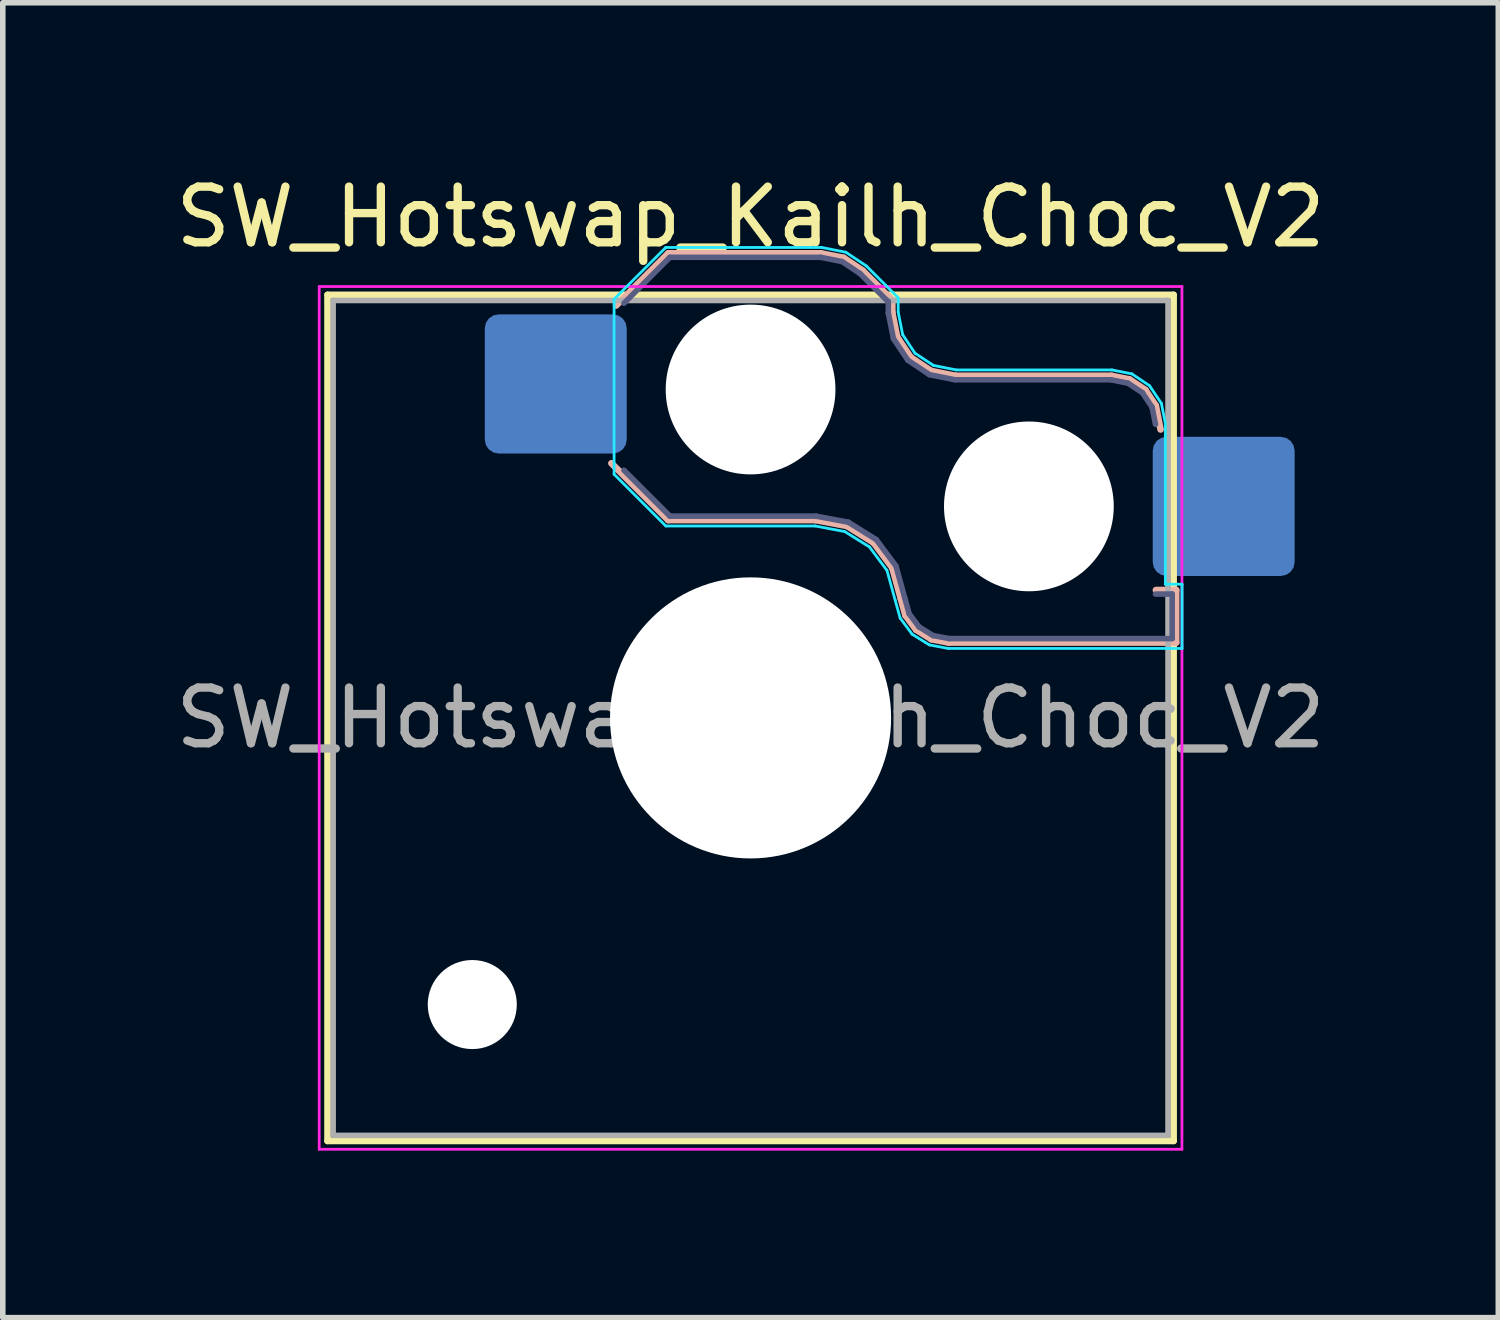
<source format=kicad_pcb>
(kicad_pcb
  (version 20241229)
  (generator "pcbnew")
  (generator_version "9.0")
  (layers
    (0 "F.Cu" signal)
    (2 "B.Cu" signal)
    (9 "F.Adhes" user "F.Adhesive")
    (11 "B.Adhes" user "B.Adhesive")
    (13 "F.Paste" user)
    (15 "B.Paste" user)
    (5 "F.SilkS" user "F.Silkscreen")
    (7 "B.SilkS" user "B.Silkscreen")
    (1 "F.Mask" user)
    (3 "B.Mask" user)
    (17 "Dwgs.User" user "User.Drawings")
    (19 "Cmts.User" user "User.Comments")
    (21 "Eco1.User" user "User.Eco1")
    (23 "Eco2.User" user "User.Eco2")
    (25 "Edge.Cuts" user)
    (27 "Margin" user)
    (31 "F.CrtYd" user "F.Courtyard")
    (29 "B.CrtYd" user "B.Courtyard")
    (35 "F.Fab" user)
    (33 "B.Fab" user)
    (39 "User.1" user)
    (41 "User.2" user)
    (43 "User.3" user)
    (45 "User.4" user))
  (footprint "SW_Hotswap_Kailh_Choc_V2"
    (layer "F.Cu")
    (at 10.435 9.848)
    (property "Reference" "SW_Hotswap_Kailh_Choc_V2" (at 0 -9 0) (layer "F.SilkS") (effects (font (size 1 1) (thickness 0.15))))
    (attr smd)
    (fp_line (start -7.6 -7.6) (end -7.6 7.6) (stroke (width 0.12) (type solid)) (layer "F.SilkS"))
    (fp_line (start -7.6 7.6) (end 7.6 7.6) (stroke (width 0.12) (type solid)) (layer "F.SilkS"))
    (fp_line (start 7.6 -7.6) (end -7.6 -7.6) (stroke (width 0.12) (type solid)) (layer "F.SilkS"))
    (fp_line (start 7.6 7.6) (end 7.6 -7.6) (stroke (width 0.12) (type solid)) (layer "F.SilkS"))
    (fp_line (start -2.416 -7.409) (end -1.479 -8.346) (stroke (width 0.12) (type solid)) (layer "B.SilkS"))
    (fp_line (start -1.479 -8.346) (end 1.268 -8.346) (stroke (width 0.12) (type solid)) (layer "B.SilkS"))
    (fp_line (start -1.479 -3.554) (end -2.5 -4.575) (stroke (width 0.12) (type solid)) (layer "B.SilkS"))
    (fp_line (start 1.168 -3.554) (end -1.479 -3.554) (stroke (width 0.12) (type solid)) (layer "B.SilkS"))
    (fp_line (start 1.268 -8.346) (end 1.671 -8.266) (stroke (width 0.12) (type solid)) (layer "B.SilkS"))
    (fp_line (start 1.671 -8.266) (end 2.013 -8.037) (stroke (width 0.12) (type solid)) (layer "B.SilkS"))
    (fp_line (start 1.73 -3.449) (end 1.168 -3.554) (stroke (width 0.12) (type solid)) (layer "B.SilkS"))
    (fp_line (start 2.013 -8.037) (end 2.546 -7.504) (stroke (width 0.12) (type solid)) (layer "B.SilkS"))
    (fp_line (start 2.209 -3.15) (end 1.73 -3.449) (stroke (width 0.12) (type solid)) (layer "B.SilkS"))
    (fp_line (start 2.546 -7.504) (end 2.546 -7.282) (stroke (width 0.12) (type solid)) (layer "B.SilkS"))
    (fp_line (start 2.546 -7.282) (end 2.633 -6.844) (stroke (width 0.12) (type solid)) (layer "B.SilkS"))
    (fp_line (start 2.547 -2.697) (end 2.209 -3.15) (stroke (width 0.12) (type solid)) (layer "B.SilkS"))
    (fp_line (start 2.633 -6.844) (end 2.877 -6.477) (stroke (width 0.12) (type solid)) (layer "B.SilkS"))
    (fp_line (start 2.701 -2.139) (end 2.547 -2.697) (stroke (width 0.12) (type solid)) (layer "B.SilkS"))
    (fp_line (start 2.783 -1.841) (end 2.701 -2.139) (stroke (width 0.12) (type solid)) (layer "B.SilkS"))
    (fp_line (start 2.877 -6.477) (end 3.244 -6.233) (stroke (width 0.12) (type solid)) (layer "B.SilkS"))
    (fp_line (start 2.976 -1.583) (end 2.783 -1.841) (stroke (width 0.12) (type solid)) (layer "B.SilkS"))
    (fp_line (start 3.244 -6.233) (end 3.682 -6.146) (stroke (width 0.12) (type solid)) (layer "B.SilkS"))
    (fp_line (start 3.25 -1.413) (end 2.976 -1.583) (stroke (width 0.12) (type solid)) (layer "B.SilkS"))
    (fp_line (start 3.56 -1.354) (end 3.25 -1.413) (stroke (width 0.12) (type solid)) (layer "B.SilkS"))
    (fp_line (start 3.682 -6.146) (end 6.482 -6.146) (stroke (width 0.12) (type solid)) (layer "B.SilkS"))
    (fp_line (start 6.482 -6.146) (end 6.809 -6.081) (stroke (width 0.12) (type solid)) (layer "B.SilkS"))
    (fp_line (start 6.809 -6.081) (end 7.092 -5.892) (stroke (width 0.12) (type solid)) (layer "B.SilkS"))
    (fp_line (start 7.092 -5.892) (end 7.281 -5.609) (stroke (width 0.12) (type solid)) (layer "B.SilkS"))
    (fp_line (start 7.281 -5.609) (end 7.366 -5.182) (stroke (width 0.12) (type solid)) (layer "B.SilkS"))
    (fp_line (start 7.283 -2.296) (end 7.646 -2.296) (stroke (width 0.12) (type solid)) (layer "B.SilkS"))
    (fp_line (start 7.646 -2.296) (end 7.646 -1.354) (stroke (width 0.12) (type solid)) (layer "B.SilkS"))
    (fp_line (start 7.646 -1.354) (end 3.56 -1.354) (stroke (width 0.12) (type solid)) (layer "B.SilkS"))
    (fp_line (start -7.25 -7.25) (end -7.25 7.25) (stroke (width 0.1) (type solid)) (layer "Eco1.User"))
    (fp_line (start -7.25 7.25) (end 7.25 7.25) (stroke (width 0.1) (type solid)) (layer "Eco1.User"))
    (fp_line (start 7.25 -7.25) (end -7.25 -7.25) (stroke (width 0.1) (type solid)) (layer "Eco1.User"))
    (fp_line (start 7.25 7.25) (end 7.25 -7.25) (stroke (width 0.1) (type solid)) (layer "Eco1.User"))
    (fp_line (start -2.452 -7.523) (end -1.523 -8.452) (stroke (width 0.05) (type solid)) (layer "B.CrtYd"))
    (fp_line (start -2.452 -4.377) (end -2.452 -7.523) (stroke (width 0.05) (type solid)) (layer "B.CrtYd"))
    (fp_line (start -1.523 -8.452) (end 1.278 -8.452) (stroke (width 0.05) (type solid)) (layer "B.CrtYd"))
    (fp_line (start -1.523 -3.448) (end -2.452 -4.377) (stroke (width 0.05) (type solid)) (layer "B.CrtYd"))
    (fp_line (start 1.159 -3.448) (end -1.523 -3.448) (stroke (width 0.05) (type solid)) (layer "B.CrtYd"))
    (fp_line (start 1.278 -8.452) (end 1.712 -8.366) (stroke (width 0.05) (type solid)) (layer "B.CrtYd"))
    (fp_line (start 1.691 -3.348) (end 1.159 -3.448) (stroke (width 0.05) (type solid)) (layer "B.CrtYd"))
    (fp_line (start 1.712 -8.366) (end 2.081 -8.119) (stroke (width 0.05) (type solid)) (layer "B.CrtYd"))
    (fp_line (start 2.081 -8.119) (end 2.652 -7.548) (stroke (width 0.05) (type solid)) (layer "B.CrtYd"))
    (fp_line (start 2.136 -3.071) (end 1.691 -3.348) (stroke (width 0.05) (type solid)) (layer "B.CrtYd"))
    (fp_line (start 2.45 -2.65) (end 2.136 -3.071) (stroke (width 0.05) (type solid)) (layer "B.CrtYd"))
    (fp_line (start 2.599 -2.111) (end 2.45 -2.65) (stroke (width 0.05) (type solid)) (layer "B.CrtYd"))
    (fp_line (start 2.652 -7.548) (end 2.652 -7.292) (stroke (width 0.05) (type solid)) (layer "B.CrtYd"))
    (fp_line (start 2.652 -7.292) (end 2.733 -6.885) (stroke (width 0.05) (type solid)) (layer "B.CrtYd"))
    (fp_line (start 2.687 -1.794) (end 2.599 -2.111) (stroke (width 0.05) (type solid)) (layer "B.CrtYd"))
    (fp_line (start 2.733 -6.885) (end 2.953 -6.553) (stroke (width 0.05) (type solid)) (layer "B.CrtYd"))
    (fp_line (start 2.903 -1.503) (end 2.687 -1.794) (stroke (width 0.05) (type solid)) (layer "B.CrtYd"))
    (fp_line (start 2.953 -6.553) (end 3.285 -6.333) (stroke (width 0.05) (type solid)) (layer "B.CrtYd"))
    (fp_line (start 3.211 -1.312) (end 2.903 -1.503) (stroke (width 0.05) (type solid)) (layer "B.CrtYd"))
    (fp_line (start 3.285 -6.333) (end 3.692 -6.252) (stroke (width 0.05) (type solid)) (layer "B.CrtYd"))
    (fp_line (start 3.55 -1.248) (end 3.211 -1.312) (stroke (width 0.05) (type solid)) (layer "B.CrtYd"))
    (fp_line (start 3.692 -6.252) (end 6.492 -6.252) (stroke (width 0.05) (type solid)) (layer "B.CrtYd"))
    (fp_line (start 6.492 -6.252) (end 6.85 -6.181) (stroke (width 0.05) (type solid)) (layer "B.CrtYd"))
    (fp_line (start 6.85 -6.181) (end 7.168 -5.968) (stroke (width 0.05) (type solid)) (layer "B.CrtYd"))
    (fp_line (start 7.168 -5.968) (end 7.381 -5.65) (stroke (width 0.05) (type solid)) (layer "B.CrtYd"))
    (fp_line (start 7.381 -5.65) (end 7.452 -5.292) (stroke (width 0.05) (type solid)) (layer "B.CrtYd"))
    (fp_line (start 7.452 -5.292) (end 7.452 -2.402) (stroke (width 0.05) (type solid)) (layer "B.CrtYd"))
    (fp_line (start 7.452 -2.402) (end 7.752 -2.402) (stroke (width 0.05) (type solid)) (layer "B.CrtYd"))
    (fp_line (start 7.752 -2.402) (end 7.752 -1.248) (stroke (width 0.05) (type solid)) (layer "B.CrtYd"))
    (fp_line (start 7.752 -1.248) (end 3.55 -1.248) (stroke (width 0.05) (type solid)) (layer "B.CrtYd"))
    (fp_line (start -7.75 -7.75) (end -7.75 7.75) (stroke (width 0.05) (type solid)) (layer "F.CrtYd"))
    (fp_line (start -7.75 7.75) (end 7.75 7.75) (stroke (width 0.05) (type solid)) (layer "F.CrtYd"))
    (fp_line (start 7.75 -7.75) (end -7.75 -7.75) (stroke (width 0.05) (type solid)) (layer "F.CrtYd"))
    (fp_line (start 7.75 7.75) (end 7.75 -7.75) (stroke (width 0.05) (type solid)) (layer "F.CrtYd"))
    (fp_line (start -2.275 -7.45) (end -1.45 -8.275) (stroke (width 0.1) (type solid)) (layer "B.Fab"))
    (fp_line (start -1.45 -8.275) (end 1.261 -8.275) (stroke (width 0.1) (type solid)) (layer "B.Fab"))
    (fp_line (start -1.45 -3.625) (end -2.275 -4.45) (stroke (width 0.1) (type solid)) (layer "B.Fab"))
    (fp_line (start 1.175 -3.625) (end -1.45 -3.625) (stroke (width 0.1) (type solid)) (layer "B.Fab"))
    (fp_line (start 1.261 -8.275) (end 1.643 -8.199) (stroke (width 0.1) (type solid)) (layer "B.Fab"))
    (fp_line (start 1.643 -8.199) (end 1.968 -7.982) (stroke (width 0.1) (type solid)) (layer "B.Fab"))
    (fp_line (start 1.756 -3.516) (end 1.175 -3.625) (stroke (width 0.1) (type solid)) (layer "B.Fab"))
    (fp_line (start 1.968 -7.982) (end 2.475 -7.475) (stroke (width 0.1) (type solid)) (layer "B.Fab"))
    (fp_line (start 2.258 -3.203) (end 1.756 -3.516) (stroke (width 0.1) (type solid)) (layer "B.Fab"))
    (fp_line (start 2.475 -7.475) (end 2.475 -7.275) (stroke (width 0.1) (type solid)) (layer "B.Fab"))
    (fp_line (start 2.475 -7.275) (end 2.566 -6.816) (stroke (width 0.1) (type solid)) (layer "B.Fab"))
    (fp_line (start 2.566 -6.816) (end 2.826 -6.426) (stroke (width 0.1) (type solid)) (layer "B.Fab"))
    (fp_line (start 2.612 -2.729) (end 2.258 -3.203) (stroke (width 0.1) (type solid)) (layer "B.Fab"))
    (fp_line (start 2.769 -2.158) (end 2.612 -2.729) (stroke (width 0.1) (type solid)) (layer "B.Fab"))
    (fp_line (start 2.826 -6.426) (end 3.216 -6.166) (stroke (width 0.1) (type solid)) (layer "B.Fab"))
    (fp_line (start 2.848 -1.873) (end 2.769 -2.158) (stroke (width 0.1) (type solid)) (layer "B.Fab"))
    (fp_line (start 3.025 -1.636) (end 2.848 -1.873) (stroke (width 0.1) (type solid)) (layer "B.Fab"))
    (fp_line (start 3.216 -6.166) (end 3.675 -6.075) (stroke (width 0.1) (type solid)) (layer "B.Fab"))
    (fp_line (start 3.276 -1.48) (end 3.025 -1.636) (stroke (width 0.1) (type solid)) (layer "B.Fab"))
    (fp_line (start 3.567 -1.425) (end 3.276 -1.48) (stroke (width 0.1) (type solid)) (layer "B.Fab"))
    (fp_line (start 3.675 -6.075) (end 6.475 -6.075) (stroke (width 0.1) (type solid)) (layer "B.Fab"))
    (fp_line (start 6.475 -6.075) (end 6.781 -6.014) (stroke (width 0.1) (type solid)) (layer "B.Fab"))
    (fp_line (start 6.781 -6.014) (end 7.041 -5.841) (stroke (width 0.1) (type solid)) (layer "B.Fab"))
    (fp_line (start 7.041 -5.841) (end 7.214 -5.581) (stroke (width 0.1) (type solid)) (layer "B.Fab"))
    (fp_line (start 7.214 -5.581) (end 7.275 -5.275) (stroke (width 0.1) (type solid)) (layer "B.Fab"))
    (fp_line (start 7.275 -2.225) (end 7.575 -2.225) (stroke (width 0.1) (type solid)) (layer "B.Fab"))
    (fp_line (start 7.575 -2.225) (end 7.575 -1.425) (stroke (width 0.1) (type solid)) (layer "B.Fab"))
    (fp_line (start 7.575 -1.425) (end 3.567 -1.425) (stroke (width 0.1) (type solid)) (layer "B.Fab"))
    (fp_line (start -7.5 -7.5) (end -7.5 7.5) (stroke (width 0.1) (type solid)) (layer "F.Fab"))
    (fp_line (start -7.5 7.5) (end 7.5 7.5) (stroke (width 0.1) (type solid)) (layer "F.Fab"))
    (fp_line (start 7.5 -7.5) (end -7.5 -7.5) (stroke (width 0.1) (type solid)) (layer "F.Fab"))
    (fp_line (start 7.5 7.5) (end 7.5 -7.5) (stroke (width 0.1) (type solid)) (layer "F.Fab"))
    (fp_text user "${REFERENCE}" (at 0 0 0) (layer "F.Fab") (effects (font (size 1 1) (thickness 0.15))))
    (pad "" np_thru_hole circle (at -5 5.15) (size 1.6 1.6) (drill 1.6) (layers "*.Cu" "*.Mask"))
    (pad "" np_thru_hole circle (at 0 -5.9) (size 3.05 3.05) (drill 3.05) (layers "*.Cu" "*.Mask"))
    (pad "" np_thru_hole circle (at 0 0) (size 5.05 5.05) (drill 5.05) (layers "*.Cu" "*.Mask"))
    (pad "" np_thru_hole circle (at 5 -3.8) (size 3.05 3.05) (drill 3.05) (layers "*.Cu" "*.Mask"))
    (pad "1" smd roundrect (at -3.5 -6) (size 2.55 2.5) (layers "B.Cu" "B.Mask" "B.Paste") (roundrect_rratio 0.1))
    (pad "2" smd roundrect (at 8.5 -3.8) (size 2.55 2.5) (layers "B.Cu" "B.Mask" "B.Paste") (roundrect_rratio 0.1)))
  (gr_rect
    (start -3 -3)
    (end 23.869 20.623)
    (stroke (width 0.1) (type default))
    (fill no)
    (layer "Edge.Cuts")))
</source>
